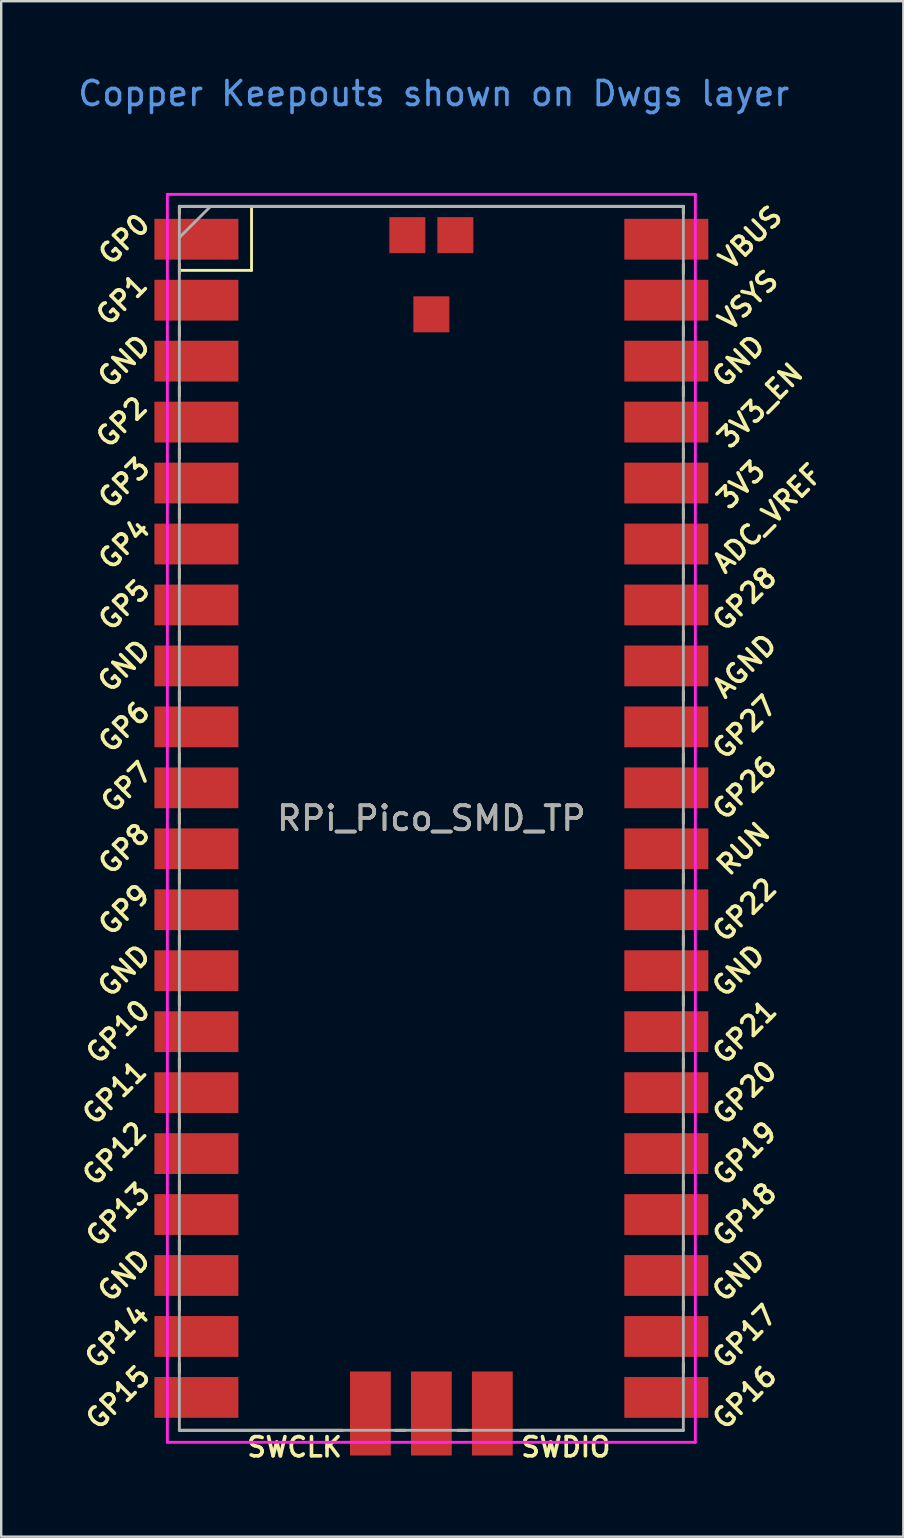
<source format=kicad_pcb>
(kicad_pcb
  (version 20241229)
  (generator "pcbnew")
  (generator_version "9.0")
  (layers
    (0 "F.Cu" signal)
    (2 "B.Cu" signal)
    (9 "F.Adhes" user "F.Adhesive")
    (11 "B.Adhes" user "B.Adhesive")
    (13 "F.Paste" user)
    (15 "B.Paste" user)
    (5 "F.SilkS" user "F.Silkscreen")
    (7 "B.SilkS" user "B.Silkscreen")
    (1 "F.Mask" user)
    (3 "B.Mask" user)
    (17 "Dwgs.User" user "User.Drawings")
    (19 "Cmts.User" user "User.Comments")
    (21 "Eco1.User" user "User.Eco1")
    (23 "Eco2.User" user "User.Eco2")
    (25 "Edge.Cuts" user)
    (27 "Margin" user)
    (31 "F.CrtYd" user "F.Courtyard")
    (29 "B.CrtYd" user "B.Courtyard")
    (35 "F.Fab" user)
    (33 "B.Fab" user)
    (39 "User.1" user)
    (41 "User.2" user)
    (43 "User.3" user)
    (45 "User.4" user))
  (footprint "RPi_Pico_SMD_TP"
    (layer "F.Cu")
    (at 4.424 56.548)
    (property "Reference" "RPi_Pico_SMD_TP" (at 10.5 -25.5 0) (layer "F.SilkS") (effects (font (size 1 1) (thickness 0.15))))
    (attr through_hole)
    (fp_line (start 0 -51) (end 0 -50.7) (stroke (width 0.12) (type solid)) (layer "F.SilkS"))
    (fp_line (start 0 -51) (end 21 -51) (stroke (width 0.12) (type solid)) (layer "F.SilkS"))
    (fp_line (start 0 -48.6) (end 0 -48.2) (stroke (width 0.12) (type solid)) (layer "F.SilkS"))
    (fp_line (start 0 -48.333) (end 3.007 -48.333) (stroke (width 0.12) (type solid)) (layer "F.SilkS"))
    (fp_line (start 0 -46) (end 0 -45.6) (stroke (width 0.12) (type solid)) (layer "F.SilkS"))
    (fp_line (start 0 -43.5) (end 0 -43.1) (stroke (width 0.12) (type solid)) (layer "F.SilkS"))
    (fp_line (start 0 -40.9) (end 0 -40.5) (stroke (width 0.12) (type solid)) (layer "F.SilkS"))
    (fp_line (start 0 -38.4) (end 0 -38) (stroke (width 0.12) (type solid)) (layer "F.SilkS"))
    (fp_line (start 0 -35.9) (end 0 -35.5) (stroke (width 0.12) (type solid)) (layer "F.SilkS"))
    (fp_line (start 0 -33.3) (end 0 -32.9) (stroke (width 0.12) (type solid)) (layer "F.SilkS"))
    (fp_line (start 0 -30.8) (end 0 -30.4) (stroke (width 0.12) (type solid)) (layer "F.SilkS"))
    (fp_line (start 0 -28.2) (end 0 -27.8) (stroke (width 0.12) (type solid)) (layer "F.SilkS"))
    (fp_line (start 0 -25.7) (end 0 -25.3) (stroke (width 0.12) (type solid)) (layer "F.SilkS"))
    (fp_line (start 0 -23.2) (end 0 -22.8) (stroke (width 0.12) (type solid)) (layer "F.SilkS"))
    (fp_line (start 0 -20.6) (end 0 -20.2) (stroke (width 0.12) (type solid)) (layer "F.SilkS"))
    (fp_line (start 0 -18.1) (end 0 -17.7) (stroke (width 0.12) (type solid)) (layer "F.SilkS"))
    (fp_line (start 0 -15.5) (end 0 -15.1) (stroke (width 0.12) (type solid)) (layer "F.SilkS"))
    (fp_line (start 0 -13) (end 0 -12.6) (stroke (width 0.12) (type solid)) (layer "F.SilkS"))
    (fp_line (start 0 -10.4) (end 0 -10) (stroke (width 0.12) (type solid)) (layer "F.SilkS"))
    (fp_line (start 0 -7.9) (end 0 -7.5) (stroke (width 0.12) (type solid)) (layer "F.SilkS"))
    (fp_line (start 0 -5.4) (end 0 -5) (stroke (width 0.12) (type solid)) (layer "F.SilkS"))
    (fp_line (start 0 -2.8) (end 0 -2.4) (stroke (width 0.12) (type solid)) (layer "F.SilkS"))
    (fp_line (start 3.007 -48.333) (end 3.007 -51) (stroke (width 0.12) (type solid)) (layer "F.SilkS"))
    (fp_line (start 6.8 0) (end 0 0) (stroke (width 0.12) (type solid)) (layer "F.SilkS"))
    (fp_line (start 9 0) (end 9.4 0) (stroke (width 0.12) (type solid)) (layer "F.SilkS"))
    (fp_line (start 11.6 0) (end 12 0) (stroke (width 0.12) (type solid)) (layer "F.SilkS"))
    (fp_line (start 21 -51) (end 21 -50.7) (stroke (width 0.12) (type solid)) (layer "F.SilkS"))
    (fp_line (start 21 -48.6) (end 21 -48.2) (stroke (width 0.12) (type solid)) (layer "F.SilkS"))
    (fp_line (start 21 -46) (end 21 -45.6) (stroke (width 0.12) (type solid)) (layer "F.SilkS"))
    (fp_line (start 21 -43.5) (end 21 -43.1) (stroke (width 0.12) (type solid)) (layer "F.SilkS"))
    (fp_line (start 21 -40.9) (end 21 -40.5) (stroke (width 0.12) (type solid)) (layer "F.SilkS"))
    (fp_line (start 21 -38.4) (end 21 -38) (stroke (width 0.12) (type solid)) (layer "F.SilkS"))
    (fp_line (start 21 -35.9) (end 21 -35.5) (stroke (width 0.12) (type solid)) (layer "F.SilkS"))
    (fp_line (start 21 -33.3) (end 21 -32.9) (stroke (width 0.12) (type solid)) (layer "F.SilkS"))
    (fp_line (start 21 -30.8) (end 21 -30.4) (stroke (width 0.12) (type solid)) (layer "F.SilkS"))
    (fp_line (start 21 -28.2) (end 21 -27.8) (stroke (width 0.12) (type solid)) (layer "F.SilkS"))
    (fp_line (start 21 -25.7) (end 21 -25.3) (stroke (width 0.12) (type solid)) (layer "F.SilkS"))
    (fp_line (start 21 -23.2) (end 21 -22.8) (stroke (width 0.12) (type solid)) (layer "F.SilkS"))
    (fp_line (start 21 -20.6) (end 21 -20.2) (stroke (width 0.12) (type solid)) (layer "F.SilkS"))
    (fp_line (start 21 -18.1) (end 21 -17.7) (stroke (width 0.12) (type solid)) (layer "F.SilkS"))
    (fp_line (start 21 -15.5) (end 21 -15.1) (stroke (width 0.12) (type solid)) (layer "F.SilkS"))
    (fp_line (start 21 -13) (end 21 -12.6) (stroke (width 0.12) (type solid)) (layer "F.SilkS"))
    (fp_line (start 21 -10.4) (end 21 -10) (stroke (width 0.12) (type solid)) (layer "F.SilkS"))
    (fp_line (start 21 -7.9) (end 21 -7.5) (stroke (width 0.12) (type solid)) (layer "F.SilkS"))
    (fp_line (start 21 -5.4) (end 21 -5) (stroke (width 0.12) (type solid)) (layer "F.SilkS"))
    (fp_line (start 21 -2.8) (end 21 -2.4) (stroke (width 0.12) (type solid)) (layer "F.SilkS"))
    (fp_line (start 21 0) (end 14.2 0) (stroke (width 0.12) (type solid)) (layer "F.SilkS"))
    (fp_line (start -0.5 -51.5) (end 21.5 -51.5) (stroke (width 0.12) (type solid)) (layer "F.CrtYd"))
    (fp_line (start -0.5 0.5) (end -0.5 -51.5) (stroke (width 0.12) (type solid)) (layer "F.CrtYd"))
    (fp_line (start 21.5 -51.5) (end 21.5 0.5) (stroke (width 0.12) (type solid)) (layer "F.CrtYd"))
    (fp_line (start 21.5 0.5) (end -0.5 0.5) (stroke (width 0.12) (type solid)) (layer "F.CrtYd"))
    (fp_line (start 0 -51) (end 21 -51) (stroke (width 0.12) (type solid)) (layer "F.Fab"))
    (fp_line (start 0 -49.7) (end 1.3 -51) (stroke (width 0.12) (type solid)) (layer "F.Fab"))
    (fp_line (start 0 0) (end 0 -51) (stroke (width 0.12) (type solid)) (layer "F.Fab"))
    (fp_line (start 21 -51) (end 21 0) (stroke (width 0.12) (type solid)) (layer "F.Fab"))
    (fp_line (start 21 0) (end 0 0) (stroke (width 0.12) (type solid)) (layer "F.Fab"))
    (fp_text user "GP6" (at -2.3 -29.31 45) (layer "F.SilkS") (effects (font (size 0.8 0.8) (thickness 0.15))))
    (fp_text user "GP18" (at 23.554 -8.99 45) (layer "F.SilkS") (effects (font (size 0.8 0.8) (thickness 0.15))))
    (fp_text user "GP15" (at -2.554 -1.37 45) (layer "F.SilkS") (effects (font (size 0.8 0.8) (thickness 0.15))))
    (fp_text user "GP0" (at -2.3 -49.63 45) (layer "F.SilkS") (effects (font (size 0.8 0.8) (thickness 0.15))))
    (fp_text user "GP12" (at -2.7 -11.53 45) (layer "F.SilkS") (effects (font (size 0.8 0.8) (thickness 0.15))))
    (fp_text user "GND" (at 23.3 -19.15 45) (layer "F.SilkS") (effects (font (size 0.8 0.8) (thickness 0.15))))
    (fp_text user "GP13" (at -2.554 -8.99 45) (layer "F.SilkS") (effects (font (size 0.8 0.8) (thickness 0.15))))
    (fp_text user "VBUS" (at 23.8 -49.7 45) (layer "F.SilkS") (effects (font (size 0.8 0.8) (thickness 0.15))))
    (fp_text user "GP14" (at -2.6 -3.91 45) (layer "F.SilkS") (effects (font (size 0.8 0.8) (thickness 0.15))))
    (fp_text user "GP22" (at 23.554 -21.69 45) (layer "F.SilkS") (effects (font (size 0.8 0.8) (thickness 0.15))))
    (fp_text user "GP28" (at 23.554 -34.644 45) (layer "F.SilkS") (effects (font (size 0.8 0.8) (thickness 0.15))))
    (fp_text user "GND" (at -2.3 -44.55 45) (layer "F.SilkS") (effects (font (size 0.8 0.8) (thickness 0.15))))
    (fp_text user "ADC_VREF" (at 24.5 -38 45) (layer "F.SilkS") (effects (font (size 0.8 0.8) (thickness 0.15))))
    (fp_text user "GND" (at 23.3 -44.55 45) (layer "F.SilkS") (effects (font (size 0.8 0.8) (thickness 0.15))))
    (fp_text user "GP2" (at -2.4 -42.01 45) (layer "F.SilkS") (effects (font (size 0.8 0.8) (thickness 0.15))))
    (fp_text user "SWCLK" (at 4.8 0.7 0) (layer "F.SilkS") (effects (font (size 0.8 0.8) (thickness 0.15))))
    (fp_text user "GP17" (at 23.554 -3.91 45) (layer "F.SilkS") (effects (font (size 0.8 0.8) (thickness 0.15))))
    (fp_text user "GP8" (at -2.3 -24.23 45) (layer "F.SilkS") (effects (font (size 0.8 0.8) (thickness 0.15))))
    (fp_text user "GP5" (at -2.3 -34.39 45) (layer "F.SilkS") (effects (font (size 0.8 0.8) (thickness 0.15))))
    (fp_text user "GP4" (at -2.3 -36.93 45) (layer "F.SilkS") (effects (font (size 0.8 0.8) (thickness 0.15))))
    (fp_text user "VSYS" (at 23.7 -47.09 45) (layer "F.SilkS") (effects (font (size 0.8 0.8) (thickness 0.15))))
    (fp_text user "AGND" (at 23.554 -31.85 45) (layer "F.SilkS") (effects (font (size 0.8 0.8) (thickness 0.15))))
    (fp_text user "GND" (at -2.3 -19.15 45) (layer "F.SilkS") (effects (font (size 0.8 0.8) (thickness 0.15))))
    (fp_text user "GP19" (at 23.554 -11.53 45) (layer "F.SilkS") (effects (font (size 0.8 0.8) (thickness 0.15))))
    (fp_text user "GND" (at -2.3 -6.45 45) (layer "F.SilkS") (effects (font (size 0.8 0.8) (thickness 0.15))))
    (fp_text user "GP9" (at -2.3 -21.69 45) (layer "F.SilkS") (effects (font (size 0.8 0.8) (thickness 0.15))))
    (fp_text user "GND" (at 23.3 -6.45 45) (layer "F.SilkS") (effects (font (size 0.8 0.8) (thickness 0.15))))
    (fp_text user "3V3_EN" (at 24.2 -42.7 45) (layer "F.SilkS") (effects (font (size 0.8 0.8) (thickness 0.15))))
    (fp_text user "GP16" (at 23.554 -1.37 45) (layer "F.SilkS") (effects (font (size 0.8 0.8) (thickness 0.15))))
    (fp_text user "GP11" (at -2.7 -14.07 45) (layer "F.SilkS") (effects (font (size 0.8 0.8) (thickness 0.15))))
    (fp_text user "GP26" (at 23.554 -26.77 45) (layer "F.SilkS") (effects (font (size 0.8 0.8) (thickness 0.15))))
    (fp_text user "GP10" (at -2.554 -16.61 45) (layer "F.SilkS") (effects (font (size 0.8 0.8) (thickness 0.15))))
    (fp_text user "GP1" (at -2.4 -47.1 45) (layer "F.SilkS") (effects (font (size 0.8 0.8) (thickness 0.15))))
    (fp_text user "GND" (at -2.3 -31.85 45) (layer "F.SilkS") (effects (font (size 0.8 0.8) (thickness 0.15))))
    (fp_text user "3V3" (at 23.4 -39.4 45) (layer "F.SilkS") (effects (font (size 0.8 0.8) (thickness 0.15))))
    (fp_text user "RUN" (at 23.5 -24.23 45) (layer "F.SilkS") (effects (font (size 0.8 0.8) (thickness 0.15))))
    (fp_text user "GP20" (at 23.554 -14.07 45) (layer "F.SilkS") (effects (font (size 0.8 0.8) (thickness 0.15))))
    (fp_text user "GP27" (at 23.554 -29.3 45) (layer "F.SilkS") (effects (font (size 0.8 0.8) (thickness 0.15))))
    (fp_text user "GP7" (at -2.2 -26.8 45) (layer "F.SilkS") (effects (font (size 0.8 0.8) (thickness 0.15))))
    (fp_text user "GP3" (at -2.3 -39.47 45) (layer "F.SilkS") (effects (font (size 0.8 0.8) (thickness 0.15))))
    (fp_text user "GP21" (at 23.554 -16.6 45) (layer "F.SilkS") (effects (font (size 0.8 0.8) (thickness 0.15))))
    (fp_text user "SWDIO" (at 16.1 0.7 0) (layer "F.SilkS") (effects (font (size 0.8 0.8) (thickness 0.15))))
    (fp_text user "Copper Keepouts shown on Dwgs layer" (at 10.6 -55.7 0) (layer "Cmts.User") (effects (font (size 1 1) (thickness 0.15))))
    (fp_text user "${REFERENCE}" (at 10.5 -25.5 180) (layer "F.Fab") (effects (font (size 1 1) (thickness 0.15))))
    (pad "1" smd rect (at 1.61 -49.63) (size 3.5 1.7) (drill (offset -0.9 0)) (layers "F.Cu" "F.Mask"))
    (pad "2" smd rect (at 1.61 -47.09) (size 3.5 1.7) (drill (offset -0.9 0)) (layers "F.Cu" "F.Mask"))
    (pad "3" smd rect (at 1.61 -44.55) (size 3.5 1.7) (drill (offset -0.9 0)) (layers "F.Cu" "F.Mask"))
    (pad "4" smd rect (at 1.61 -42.01) (size 3.5 1.7) (drill (offset -0.9 0)) (layers "F.Cu" "F.Mask"))
    (pad "5" smd rect (at 1.61 -39.47) (size 3.5 1.7) (drill (offset -0.9 0)) (layers "F.Cu" "F.Mask"))
    (pad "6" smd rect (at 1.61 -36.93) (size 3.5 1.7) (drill (offset -0.9 0)) (layers "F.Cu" "F.Mask"))
    (pad "7" smd rect (at 1.61 -34.39) (size 3.5 1.7) (drill (offset -0.9 0)) (layers "F.Cu" "F.Mask"))
    (pad "8" smd rect (at 1.61 -31.85) (size 3.5 1.7) (drill (offset -0.9 0)) (layers "F.Cu" "F.Mask"))
    (pad "9" smd rect (at 1.61 -29.31) (size 3.5 1.7) (drill (offset -0.9 0)) (layers "F.Cu" "F.Mask"))
    (pad "10" smd rect (at 1.61 -26.77) (size 3.5 1.7) (drill (offset -0.9 0)) (layers "F.Cu" "F.Mask"))
    (pad "11" smd rect (at 1.61 -24.23) (size 3.5 1.7) (drill (offset -0.9 0)) (layers "F.Cu" "F.Mask"))
    (pad "12" smd rect (at 1.61 -21.69) (size 3.5 1.7) (drill (offset -0.9 0)) (layers "F.Cu" "F.Mask"))
    (pad "13" smd rect (at 1.61 -19.15) (size 3.5 1.7) (drill (offset -0.9 0)) (layers "F.Cu" "F.Mask"))
    (pad "14" smd rect (at 1.61 -16.61) (size 3.5 1.7) (drill (offset -0.9 0)) (layers "F.Cu" "F.Mask"))
    (pad "15" smd rect (at 1.61 -14.07) (size 3.5 1.7) (drill (offset -0.9 0)) (layers "F.Cu" "F.Mask"))
    (pad "16" smd rect (at 1.61 -11.53) (size 3.5 1.7) (drill (offset -0.9 0)) (layers "F.Cu" "F.Mask"))
    (pad "17" smd rect (at 1.61 -8.99) (size 3.5 1.7) (drill (offset -0.9 0)) (layers "F.Cu" "F.Mask"))
    (pad "18" smd rect (at 1.61 -6.45) (size 3.5 1.7) (drill (offset -0.9 0)) (layers "F.Cu" "F.Mask"))
    (pad "19" smd rect (at 1.61 -3.91) (size 3.5 1.7) (drill (offset -0.9 0)) (layers "F.Cu" "F.Mask"))
    (pad "20" smd rect (at 1.61 -1.37) (size 3.5 1.7) (drill (offset -0.9 0)) (layers "F.Cu" "F.Mask"))
    (pad "21" smd rect (at 19.39 -1.37) (size 3.5 1.7) (drill (offset 0.9 0)) (layers "F.Cu" "F.Mask"))
    (pad "22" smd rect (at 19.39 -3.91) (size 3.5 1.7) (drill (offset 0.9 0)) (layers "F.Cu" "F.Mask"))
    (pad "23" smd rect (at 19.39 -6.45) (size 3.5 1.7) (drill (offset 0.9 0)) (layers "F.Cu" "F.Mask"))
    (pad "24" smd rect (at 19.39 -8.99) (size 3.5 1.7) (drill (offset 0.9 0)) (layers "F.Cu" "F.Mask"))
    (pad "25" smd rect (at 19.39 -11.53) (size 3.5 1.7) (drill (offset 0.9 0)) (layers "F.Cu" "F.Mask"))
    (pad "26" smd rect (at 19.39 -14.07) (size 3.5 1.7) (drill (offset 0.9 0)) (layers "F.Cu" "F.Mask"))
    (pad "27" smd rect (at 19.39 -16.61) (size 3.5 1.7) (drill (offset 0.9 0)) (layers "F.Cu" "F.Mask"))
    (pad "28" smd rect (at 19.39 -19.15) (size 3.5 1.7) (drill (offset 0.9 0)) (layers "F.Cu" "F.Mask"))
    (pad "29" smd rect (at 19.39 -21.69) (size 3.5 1.7) (drill (offset 0.9 0)) (layers "F.Cu" "F.Mask"))
    (pad "30" smd rect (at 19.39 -24.23) (size 3.5 1.7) (drill (offset 0.9 0)) (layers "F.Cu" "F.Mask"))
    (pad "31" smd rect (at 19.39 -26.77) (size 3.5 1.7) (drill (offset 0.9 0)) (layers "F.Cu" "F.Mask"))
    (pad "32" smd rect (at 19.39 -29.31) (size 3.5 1.7) (drill (offset 0.9 0)) (layers "F.Cu" "F.Mask"))
    (pad "33" smd rect (at 19.39 -31.85) (size 3.5 1.7) (drill (offset 0.9 0)) (layers "F.Cu" "F.Mask"))
    (pad "34" smd rect (at 19.39 -34.39) (size 3.5 1.7) (drill (offset 0.9 0)) (layers "F.Cu" "F.Mask"))
    (pad "35" smd rect (at 19.39 -36.93) (size 3.5 1.7) (drill (offset 0.9 0)) (layers "F.Cu" "F.Mask"))
    (pad "36" smd rect (at 19.39 -39.47) (size 3.5 1.7) (drill (offset 0.9 0)) (layers "F.Cu" "F.Mask"))
    (pad "37" smd rect (at 19.39 -42.01) (size 3.5 1.7) (drill (offset 0.9 0)) (layers "F.Cu" "F.Mask"))
    (pad "38" smd rect (at 19.39 -44.55) (size 3.5 1.7) (drill (offset 0.9 0)) (layers "F.Cu" "F.Mask"))
    (pad "39" smd rect (at 19.39 -47.09) (size 3.5 1.7) (drill (offset 0.9 0)) (layers "F.Cu" "F.Mask"))
    (pad "40" smd rect (at 19.39 -49.63) (size 3.5 1.7) (drill (offset 0.9 0)) (layers "F.Cu" "F.Mask"))
    (pad "41" smd rect (at 7.96 -1.6 90) (size 3.5 1.7) (drill (offset -0.9 0)) (layers "F.Cu" "F.Mask"))
    (pad "42" smd rect (at 10.5 -1.6 90) (size 3.5 1.7) (drill (offset -0.9 0)) (layers "F.Cu" "F.Mask"))
    (pad "43" smd rect (at 13.04 -1.6 90) (size 3.5 1.7) (drill (offset -0.9 0)) (layers "F.Cu" "F.Mask"))
    (pad "TP1" smd rect (at 10.5 -46.5) (size 1.5 1.5) (layers "F.Cu" "F.Mask"))
    (pad "TP2" smd rect (at 11.5 -49.8) (size 1.5 1.5) (layers "F.Cu" "F.Mask"))
    (pad "TP3" smd rect (at 9.5 -49.8) (size 1.5 1.5) (layers "F.Cu" "F.Mask")))
  (gr_rect
    (start -3 -3)
    (end 34.591 60.98)
    (stroke (width 0.1) (type default))
    (fill no)
    (layer "Edge.Cuts")))
</source>
